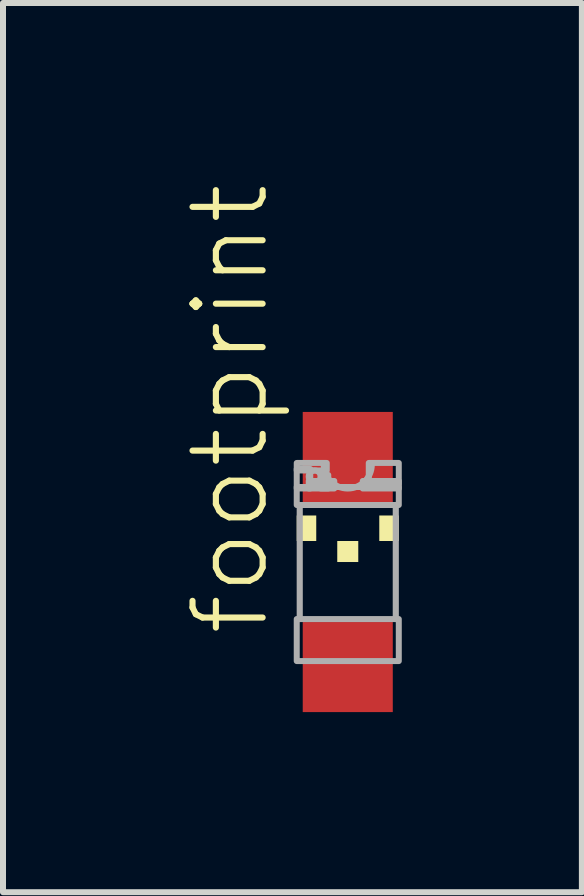
<source format=kicad_pcb>
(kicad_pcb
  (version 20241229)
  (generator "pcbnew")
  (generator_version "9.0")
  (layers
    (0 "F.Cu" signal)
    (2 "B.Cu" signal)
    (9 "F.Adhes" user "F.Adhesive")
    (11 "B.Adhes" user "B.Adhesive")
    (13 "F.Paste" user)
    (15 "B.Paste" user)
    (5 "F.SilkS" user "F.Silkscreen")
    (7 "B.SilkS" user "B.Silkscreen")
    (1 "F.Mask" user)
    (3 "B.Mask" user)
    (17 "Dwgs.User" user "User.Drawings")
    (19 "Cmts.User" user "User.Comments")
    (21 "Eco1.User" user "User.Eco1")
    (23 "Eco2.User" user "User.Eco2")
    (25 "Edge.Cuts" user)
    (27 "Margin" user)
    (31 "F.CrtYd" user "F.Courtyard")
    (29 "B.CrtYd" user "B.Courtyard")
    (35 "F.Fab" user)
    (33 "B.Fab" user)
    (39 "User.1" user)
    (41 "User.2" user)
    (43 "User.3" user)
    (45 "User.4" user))
  (footprint "footprint"
    (layer "F.Cu")
    (at 2.743 6.312)
    (property "Reference" "footprint" (at -1.27 1.27 90) (layer "F.SilkS") (effects (font (size 1.168 1.168) (thickness 0.102)) (justify left bottom)))
    (fp_poly (pts (xy -0.85 -0.35) (xy -0.525 -0.35) (xy -0.525 -0.775) (xy -0.85 -0.775)) (stroke (width 0) (type solid)) (fill yes) (layer "F.SilkS"))
    (fp_poly (pts (xy -0.175 0) (xy 0.175 0) (xy 0.175 -0.35) (xy -0.175 -0.35)) (stroke (width 0) (type solid)) (fill yes) (layer "F.SilkS"))
    (fp_poly (pts (xy 0.525 -0.35) (xy 0.85 -0.35) (xy 0.85 -0.775) (xy 0.525 -0.775)) (stroke (width 0) (type solid)) (fill yes) (layer "F.SilkS"))
    (fp_line (start -0.8 0.95) (end -0.8 -0.95) (stroke (width 0.102) (type solid)) (layer "F.Fab"))
    (fp_line (start 0.8 -0.95) (end 0.8 0.95) (stroke (width 0.102) (type solid)) (layer "F.Fab"))
    (fp_arc (start 0.4 -1.625) (mid 0 -1.225) (end -0.4 -1.625) (stroke (width 0.1016) (type solid)) (layer "F.Fab"))
    (fp_circle (center -0.55 -1.425) (end -0.45 -1.425) (stroke (width 0.102) (type solid)) (fill no) (layer "F.Fab"))
    (fp_poly (pts (xy -0.85 -1.525) (xy -0.35 -1.525) (xy -0.35 -1.65) (xy -0.85 -1.65)) (stroke (width 0.1) (type solid)) (fill no) (layer "F.Fab"))
    (fp_poly (pts (xy -0.85 -1.225) (xy -0.625 -1.225) (xy -0.625 -1.55) (xy -0.85 -1.55)) (stroke (width 0.1) (type solid)) (fill no) (layer "F.Fab"))
    (fp_poly (pts (xy -0.85 -0.95) (xy 0.85 -0.95) (xy 0.85 -1.25) (xy -0.85 -1.25)) (stroke (width 0.1) (type solid)) (fill no) (layer "F.Fab"))
    (fp_poly (pts (xy -0.85 1.65) (xy 0.85 1.65) (xy 0.85 0.95) (xy -0.85 0.95)) (stroke (width 0.1) (type solid)) (fill no) (layer "F.Fab"))
    (fp_poly (pts (xy -0.65 -1.225) (xy -0.225 -1.225) (xy -0.225 -1.35) (xy -0.65 -1.35)) (stroke (width 0.1) (type solid)) (fill no) (layer "F.Fab"))
    (fp_poly (pts (xy -0.45 -1.225) (xy -0.325 -1.225) (xy -0.325 -1.45) (xy -0.45 -1.45)) (stroke (width 0.1) (type solid)) (fill no) (layer "F.Fab"))
    (fp_poly (pts (xy 0.25 -1.225) (xy 0.85 -1.225) (xy 0.85 -1.35) (xy 0.25 -1.35)) (stroke (width 0.1) (type solid)) (fill no) (layer "F.Fab"))
    (fp_poly (pts (xy 0.35 -1.3) (xy 0.85 -1.3) (xy 0.85 -1.65) (xy 0.35 -1.65)) (stroke (width 0.1) (type solid)) (fill no) (layer "F.Fab"))
    (pad "A" smd rect (at 0 1.75) (size 1.5 1.5) (layers "F.Cu" "F.Mask" "F.Paste"))
    (pad "C" smd rect (at 0 -1.75) (size 1.5 1.5) (layers "F.Cu" "F.Mask" "F.Paste")))
  (gr_rect
    (start -3 -3)
    (end 6.643 11.812)
    (stroke (width 0.1) (type default))
    (fill no)
    (layer "Edge.Cuts")))
</source>
